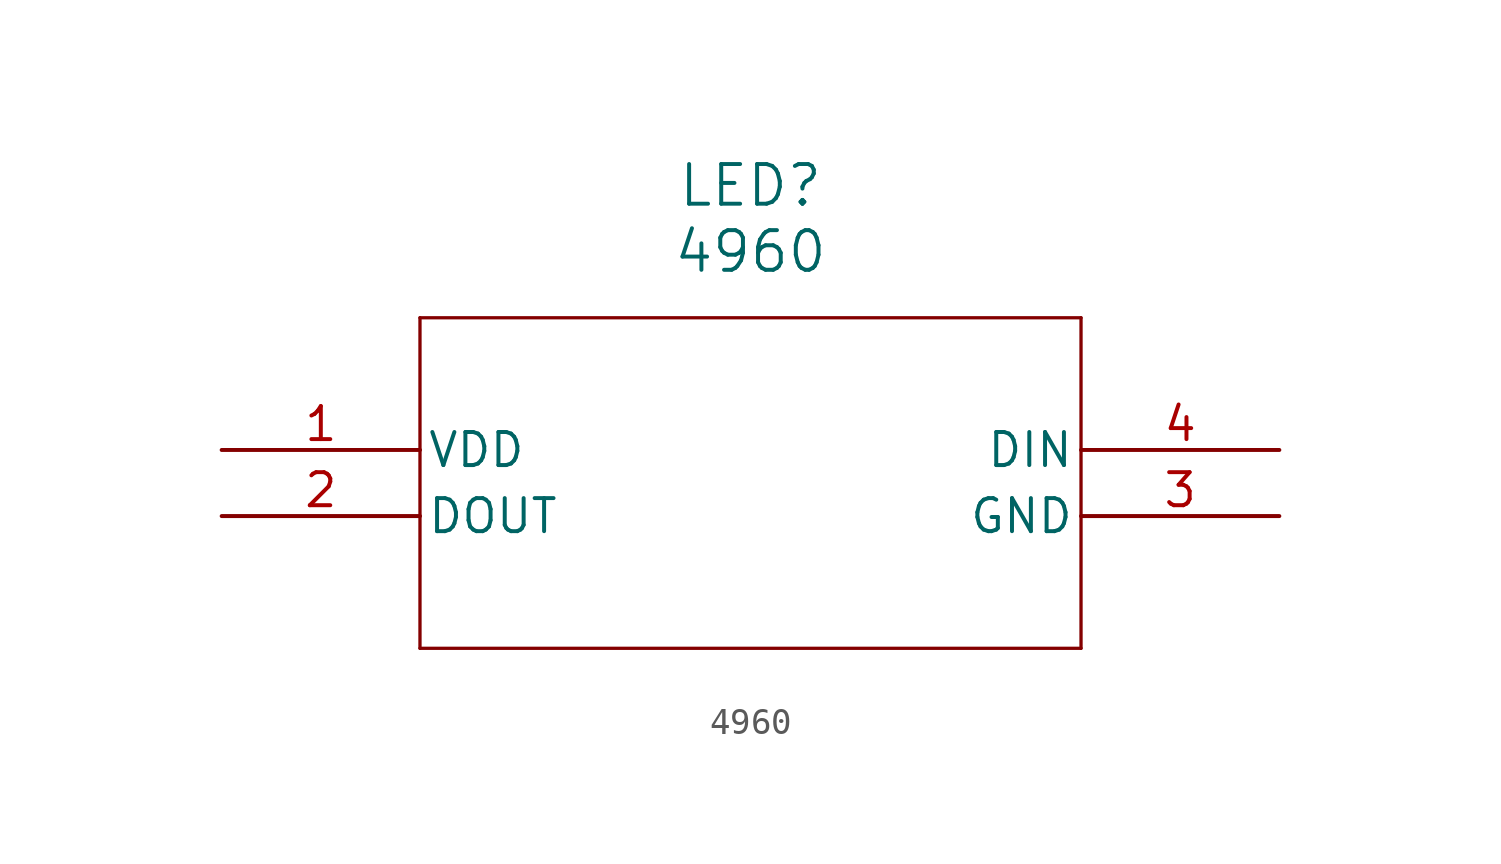
<source format=kicad_sym>
(kicad_symbol_lib
  (version 20211014)
  (generator kicad_symbol_editor)
  (symbol "4960"
    (pin_names
      (offset 0.254))
    (property "Reference" "LED"
      (at 20.32 10.16 0)
      (effects (font (size 1.524 1.524))))
    (property "Value" "4960"
      (at 20.32 7.62 0)
      (effects (font (size 1.524 1.524))))
    (polyline
      (pts (xy 7.62 5.08) (xy 7.62 -7.62))
      (stroke (width 0.127) (type default) (color 0 0 0 0))
      (fill (type none)))
    (polyline
      (pts (xy 7.62 -7.62) (xy 33.02 -7.62))
      (stroke (width 0.127) (type default) (color 0 0 0 0))
      (fill (type none)))
    (polyline
      (pts (xy 33.02 -7.62) (xy 33.02 5.08))
      (stroke (width 0.127) (type default) (color 0 0 0 0))
      (fill (type none)))
    (polyline
      (pts (xy 33.02 5.08) (xy 7.62 5.08))
      (stroke (width 0.127) (type default) (color 0 0 0 0))
      (fill (type none)))
    (pin power_in line
      (at 0 0 0)
      (length 7.62)
      (name "VDD" (effects (font (size 1.27 1.27))))
      (number "1" (effects (font (size 1.27 1.27)))))
    (pin output line
      (at 0 -2.54 0)
      (length 7.62)
      (name "DOUT" (effects (font (size 1.27 1.27))))
      (number "2" (effects (font (size 1.27 1.27)))))
    (pin power_out line
      (at 40.64 -2.54 180)
      (length 7.62)
      (name "GND" (effects (font (size 1.27 1.27))))
      (number "3" (effects (font (size 1.27 1.27)))))
    (pin input line
      (at 40.64 0 180)
      (length 7.62)
      (name "DIN" (effects (font (size 1.27 1.27))))
      (number "4" (effects (font (size 1.27 1.27)))))))
</source>
